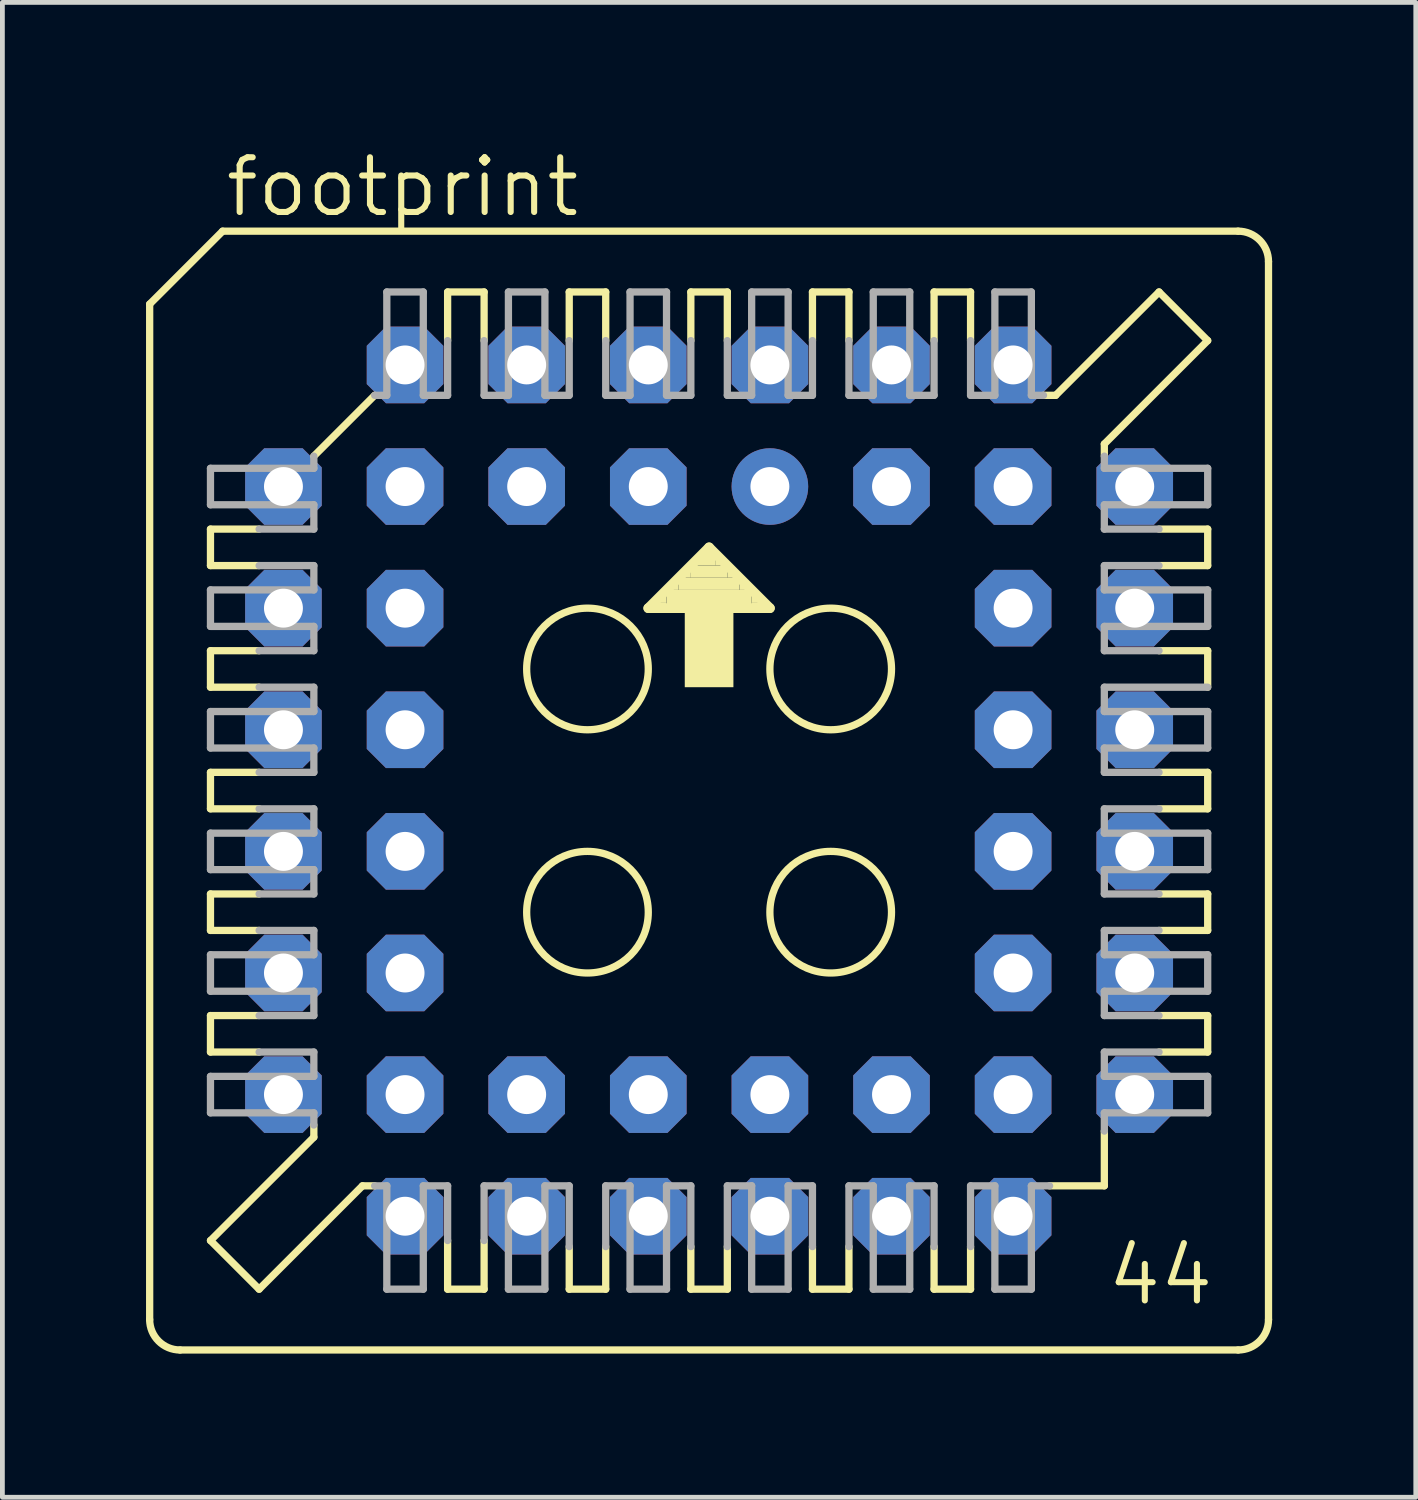
<source format=kicad_pcb>
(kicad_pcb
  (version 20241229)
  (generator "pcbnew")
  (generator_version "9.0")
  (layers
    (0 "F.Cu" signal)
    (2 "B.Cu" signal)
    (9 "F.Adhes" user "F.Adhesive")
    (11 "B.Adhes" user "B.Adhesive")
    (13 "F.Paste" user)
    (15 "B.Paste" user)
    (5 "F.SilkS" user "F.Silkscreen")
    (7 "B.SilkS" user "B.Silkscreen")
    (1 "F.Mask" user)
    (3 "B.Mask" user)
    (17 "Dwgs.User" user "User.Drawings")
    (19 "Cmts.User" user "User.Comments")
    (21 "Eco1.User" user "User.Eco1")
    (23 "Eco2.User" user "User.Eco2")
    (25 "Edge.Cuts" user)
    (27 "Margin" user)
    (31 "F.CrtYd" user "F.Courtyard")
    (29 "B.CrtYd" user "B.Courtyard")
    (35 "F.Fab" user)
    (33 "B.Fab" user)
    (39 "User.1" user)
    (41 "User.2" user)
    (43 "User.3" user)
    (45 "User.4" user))
  (footprint "footprint"
    (layer "F.Cu")
    (at 11.76 13.462)
    (property "Reference" "footprint" (at -10.16 -11.938 0) (layer "F.SilkS") (effects (font (size 1.143 1.143) (thickness 0.127)) (justify left bottom)))
    (fp_line (start -11.684 -10.16) (end -11.684 11.049) (stroke (width 0.152) (type solid)) (layer "F.SilkS"))
    (fp_line (start -10.414 -5.461) (end -10.414 -4.699) (stroke (width 0.152) (type solid)) (layer "F.SilkS"))
    (fp_line (start -10.414 -5.461) (end -9.398 -5.461) (stroke (width 0.152) (type solid)) (layer "F.SilkS"))
    (fp_line (start -10.414 -2.921) (end -10.414 -2.159) (stroke (width 0.152) (type solid)) (layer "F.SilkS"))
    (fp_line (start -10.414 -2.921) (end -9.398 -2.921) (stroke (width 0.152) (type solid)) (layer "F.SilkS"))
    (fp_line (start -10.414 0.381) (end -10.414 -0.381) (stroke (width 0.152) (type solid)) (layer "F.SilkS"))
    (fp_line (start -10.414 0.381) (end -9.398 0.381) (stroke (width 0.152) (type solid)) (layer "F.SilkS"))
    (fp_line (start -10.414 2.921) (end -10.414 2.159) (stroke (width 0.152) (type solid)) (layer "F.SilkS"))
    (fp_line (start -10.414 2.921) (end -9.398 2.921) (stroke (width 0.152) (type solid)) (layer "F.SilkS"))
    (fp_line (start -10.414 5.461) (end -10.414 4.699) (stroke (width 0.152) (type solid)) (layer "F.SilkS"))
    (fp_line (start -10.414 5.461) (end -9.398 5.461) (stroke (width 0.152) (type solid)) (layer "F.SilkS"))
    (fp_line (start -10.414 9.398) (end -8.255 7.239) (stroke (width 0.152) (type solid)) (layer "F.SilkS"))
    (fp_line (start -10.16 -11.684) (end -11.684 -10.16) (stroke (width 0.152) (type solid)) (layer "F.SilkS"))
    (fp_line (start -9.398 -4.699) (end -10.414 -4.699) (stroke (width 0.152) (type solid)) (layer "F.SilkS"))
    (fp_line (start -9.398 -2.159) (end -10.414 -2.159) (stroke (width 0.152) (type solid)) (layer "F.SilkS"))
    (fp_line (start -9.398 -0.381) (end -10.414 -0.381) (stroke (width 0.152) (type solid)) (layer "F.SilkS"))
    (fp_line (start -9.398 2.159) (end -10.414 2.159) (stroke (width 0.152) (type solid)) (layer "F.SilkS"))
    (fp_line (start -9.398 4.699) (end -10.414 4.699) (stroke (width 0.152) (type solid)) (layer "F.SilkS"))
    (fp_line (start -9.398 10.414) (end -10.414 9.398) (stroke (width 0.152) (type solid)) (layer "F.SilkS"))
    (fp_line (start -9.398 10.414) (end -7.239 8.255) (stroke (width 0.152) (type solid)) (layer "F.SilkS"))
    (fp_line (start -8.255 -6.985) (end -6.985 -8.255) (stroke (width 0.152) (type solid)) (layer "F.SilkS"))
    (fp_line (start -8.255 7.239) (end -8.255 6.985) (stroke (width 0.152) (type solid)) (layer "F.SilkS"))
    (fp_line (start -7.239 8.255) (end -6.985 8.255) (stroke (width 0.152) (type solid)) (layer "F.SilkS"))
    (fp_line (start -5.461 -9.398) (end -5.461 -10.414) (stroke (width 0.152) (type solid)) (layer "F.SilkS"))
    (fp_line (start -5.461 9.398) (end -5.461 10.414) (stroke (width 0.152) (type solid)) (layer "F.SilkS"))
    (fp_line (start -5.461 10.414) (end -4.699 10.414) (stroke (width 0.152) (type solid)) (layer "F.SilkS"))
    (fp_line (start -4.699 -10.414) (end -5.461 -10.414) (stroke (width 0.152) (type solid)) (layer "F.SilkS"))
    (fp_line (start -4.699 -10.414) (end -4.699 -9.398) (stroke (width 0.152) (type solid)) (layer "F.SilkS"))
    (fp_line (start -4.699 10.414) (end -4.699 9.398) (stroke (width 0.152) (type solid)) (layer "F.SilkS"))
    (fp_line (start -2.921 -9.398) (end -2.921 -10.414) (stroke (width 0.152) (type solid)) (layer "F.SilkS"))
    (fp_line (start -2.921 9.525) (end -2.921 10.414) (stroke (width 0.152) (type solid)) (layer "F.SilkS"))
    (fp_line (start -2.921 10.414) (end -2.159 10.414) (stroke (width 0.152) (type solid)) (layer "F.SilkS"))
    (fp_line (start -2.159 -10.414) (end -2.921 -10.414) (stroke (width 0.152) (type solid)) (layer "F.SilkS"))
    (fp_line (start -2.159 -10.414) (end -2.159 -9.398) (stroke (width 0.152) (type solid)) (layer "F.SilkS"))
    (fp_line (start -2.159 10.414) (end -2.159 9.525) (stroke (width 0.152) (type solid)) (layer "F.SilkS"))
    (fp_line (start -1.27 -3.81) (end 1.27 -3.81) (stroke (width 0.203) (type solid)) (layer "F.SilkS"))
    (fp_line (start -0.381 -9.398) (end -0.381 -10.414) (stroke (width 0.152) (type solid)) (layer "F.SilkS"))
    (fp_line (start -0.381 9.525) (end -0.381 10.414) (stroke (width 0.152) (type solid)) (layer "F.SilkS"))
    (fp_line (start -0.381 10.414) (end 0.381 10.414) (stroke (width 0.152) (type solid)) (layer "F.SilkS"))
    (fp_line (start 0 -5.08) (end -1.27 -3.81) (stroke (width 0.203) (type solid)) (layer "F.SilkS"))
    (fp_line (start 0.381 -10.414) (end -0.381 -10.414) (stroke (width 0.152) (type solid)) (layer "F.SilkS"))
    (fp_line (start 0.381 -10.414) (end 0.381 -9.398) (stroke (width 0.152) (type solid)) (layer "F.SilkS"))
    (fp_line (start 0.381 10.414) (end 0.381 9.525) (stroke (width 0.152) (type solid)) (layer "F.SilkS"))
    (fp_line (start 1.27 -3.81) (end 0 -5.08) (stroke (width 0.203) (type solid)) (layer "F.SilkS"))
    (fp_line (start 2.159 -9.398) (end 2.159 -10.414) (stroke (width 0.152) (type solid)) (layer "F.SilkS"))
    (fp_line (start 2.159 9.525) (end 2.159 10.414) (stroke (width 0.152) (type solid)) (layer "F.SilkS"))
    (fp_line (start 2.159 10.414) (end 2.921 10.414) (stroke (width 0.152) (type solid)) (layer "F.SilkS"))
    (fp_line (start 2.921 -10.414) (end 2.159 -10.414) (stroke (width 0.152) (type solid)) (layer "F.SilkS"))
    (fp_line (start 2.921 -10.414) (end 2.921 -9.398) (stroke (width 0.152) (type solid)) (layer "F.SilkS"))
    (fp_line (start 2.921 10.414) (end 2.921 9.525) (stroke (width 0.152) (type solid)) (layer "F.SilkS"))
    (fp_line (start 4.699 -9.398) (end 4.699 -10.414) (stroke (width 0.152) (type solid)) (layer "F.SilkS"))
    (fp_line (start 4.699 9.525) (end 4.699 10.414) (stroke (width 0.152) (type solid)) (layer "F.SilkS"))
    (fp_line (start 4.699 10.414) (end 5.461 10.414) (stroke (width 0.152) (type solid)) (layer "F.SilkS"))
    (fp_line (start 5.461 -10.414) (end 4.699 -10.414) (stroke (width 0.152) (type solid)) (layer "F.SilkS"))
    (fp_line (start 5.461 -10.414) (end 5.461 -9.398) (stroke (width 0.152) (type solid)) (layer "F.SilkS"))
    (fp_line (start 5.461 10.414) (end 5.461 9.525) (stroke (width 0.152) (type solid)) (layer "F.SilkS"))
    (fp_line (start 7.112 8.255) (end 8.255 8.255) (stroke (width 0.152) (type solid)) (layer "F.SilkS"))
    (fp_line (start 7.239 -8.255) (end 6.985 -8.255) (stroke (width 0.152) (type solid)) (layer "F.SilkS"))
    (fp_line (start 8.255 -7.239) (end 8.255 -6.985) (stroke (width 0.152) (type solid)) (layer "F.SilkS"))
    (fp_line (start 8.255 8.255) (end 8.255 7.112) (stroke (width 0.152) (type solid)) (layer "F.SilkS"))
    (fp_line (start 9.398 -10.414) (end 7.239 -8.255) (stroke (width 0.152) (type solid)) (layer "F.SilkS"))
    (fp_line (start 9.398 -4.699) (end 10.414 -4.699) (stroke (width 0.152) (type solid)) (layer "F.SilkS"))
    (fp_line (start 9.398 0.381) (end 10.414 0.381) (stroke (width 0.152) (type solid)) (layer "F.SilkS"))
    (fp_line (start 9.398 2.159) (end 10.414 2.159) (stroke (width 0.152) (type solid)) (layer "F.SilkS"))
    (fp_line (start 9.398 4.699) (end 10.414 4.699) (stroke (width 0.152) (type solid)) (layer "F.SilkS"))
    (fp_line (start 10.414 -9.398) (end 8.255 -7.239) (stroke (width 0.152) (type solid)) (layer "F.SilkS"))
    (fp_line (start 10.414 -9.398) (end 9.398 -10.414) (stroke (width 0.152) (type solid)) (layer "F.SilkS"))
    (fp_line (start 10.414 -5.461) (end 9.398 -5.461) (stroke (width 0.152) (type solid)) (layer "F.SilkS"))
    (fp_line (start 10.414 -5.461) (end 10.414 -4.699) (stroke (width 0.152) (type solid)) (layer "F.SilkS"))
    (fp_line (start 10.414 -2.921) (end 9.398 -2.921) (stroke (width 0.152) (type solid)) (layer "F.SilkS"))
    (fp_line (start 10.414 -2.921) (end 10.414 -2.159) (stroke (width 0.152) (type solid)) (layer "F.SilkS"))
    (fp_line (start 10.414 -0.381) (end 9.398 -0.381) (stroke (width 0.152) (type solid)) (layer "F.SilkS"))
    (fp_line (start 10.414 -0.381) (end 10.414 0.381) (stroke (width 0.152) (type solid)) (layer "F.SilkS"))
    (fp_line (start 10.414 2.921) (end 9.398 2.921) (stroke (width 0.152) (type solid)) (layer "F.SilkS"))
    (fp_line (start 10.414 2.921) (end 10.414 2.159) (stroke (width 0.152) (type solid)) (layer "F.SilkS"))
    (fp_line (start 10.414 5.461) (end 9.398 5.461) (stroke (width 0.152) (type solid)) (layer "F.SilkS"))
    (fp_line (start 10.414 5.461) (end 10.414 4.699) (stroke (width 0.152) (type solid)) (layer "F.SilkS"))
    (fp_line (start 11.049 -11.684) (end -10.16 -11.684) (stroke (width 0.152) (type solid)) (layer "F.SilkS"))
    (fp_line (start 11.049 11.684) (end -11.049 11.684) (stroke (width 0.152) (type solid)) (layer "F.SilkS"))
    (fp_line (start 11.684 -11.049) (end 11.684 11.049) (stroke (width 0.152) (type solid)) (layer "F.SilkS"))
    (fp_arc (start -11.049 11.684) (mid -11.498013 11.498013) (end -11.684 11.049) (stroke (width 0.1524) (type solid)) (layer "F.SilkS"))
    (fp_arc (start 11.049 -11.684) (mid 11.498013 -11.498013) (end 11.684 -11.049) (stroke (width 0.1524) (type solid)) (layer "F.SilkS"))
    (fp_arc (start 11.684 11.049) (mid 11.498013 11.498013) (end 11.049 11.684) (stroke (width 0.1524) (type solid)) (layer "F.SilkS"))
    (fp_circle (center -2.54 -2.54) (end -1.27 -2.54) (stroke (width 0.152) (type solid)) (fill no) (layer "F.SilkS"))
    (fp_circle (center -2.54 2.54) (end -1.27 2.54) (stroke (width 0.152) (type solid)) (fill no) (layer "F.SilkS"))
    (fp_circle (center 2.54 -2.54) (end 3.81 -2.54) (stroke (width 0.152) (type solid)) (fill no) (layer "F.SilkS"))
    (fp_circle (center 2.54 2.54) (end 3.81 2.54) (stroke (width 0.152) (type solid)) (fill no) (layer "F.SilkS"))
    (fp_poly (pts (xy -1.143 -3.81) (xy -0.889 -3.81) (xy -0.889 -3.937) (xy -1.143 -3.937)) (stroke (width 0) (type solid)) (fill yes) (layer "F.SilkS"))
    (fp_poly (pts (xy -1.016 -3.937) (xy -0.889 -3.937) (xy -0.889 -4.064) (xy -1.016 -4.064)) (stroke (width 0) (type solid)) (fill yes) (layer "F.SilkS"))
    (fp_poly (pts (xy -0.889 -3.81) (xy 0.889 -3.81) (xy 0.889 -4.191) (xy -0.889 -4.191)) (stroke (width 0) (type solid)) (fill yes) (layer "F.SilkS"))
    (fp_poly (pts (xy -0.762 -4.191) (xy -0.635 -4.191) (xy -0.635 -4.318) (xy -0.762 -4.318)) (stroke (width 0) (type solid)) (fill yes) (layer "F.SilkS"))
    (fp_poly (pts (xy -0.635 -4.191) (xy 0.635 -4.191) (xy 0.635 -4.445) (xy -0.635 -4.445)) (stroke (width 0) (type solid)) (fill yes) (layer "F.SilkS"))
    (fp_poly (pts (xy -0.508 -4.445) (xy -0.381 -4.445) (xy -0.381 -4.572) (xy -0.508 -4.572)) (stroke (width 0) (type solid)) (fill yes) (layer "F.SilkS"))
    (fp_poly (pts (xy -0.508 -2.159) (xy 0.508 -2.159) (xy 0.508 -4.064) (xy -0.508 -4.064)) (stroke (width 0) (type solid)) (fill yes) (layer "F.SilkS"))
    (fp_poly (pts (xy -0.381 -4.445) (xy 0.381 -4.445) (xy 0.381 -4.699) (xy -0.381 -4.699)) (stroke (width 0) (type solid)) (fill yes) (layer "F.SilkS"))
    (fp_poly (pts (xy -0.254 -4.699) (xy -0.127 -4.699) (xy -0.127 -4.826) (xy -0.254 -4.826)) (stroke (width 0) (type solid)) (fill yes) (layer "F.SilkS"))
    (fp_poly (pts (xy -0.127 -4.699) (xy 0.127 -4.699) (xy 0.127 -4.953) (xy -0.127 -4.953)) (stroke (width 0) (type solid)) (fill yes) (layer "F.SilkS"))
    (fp_poly (pts (xy 0.127 -4.699) (xy 0.254 -4.699) (xy 0.254 -4.826) (xy 0.127 -4.826)) (stroke (width 0) (type solid)) (fill yes) (layer "F.SilkS"))
    (fp_poly (pts (xy 0.381 -4.445) (xy 0.508 -4.445) (xy 0.508 -4.572) (xy 0.381 -4.572)) (stroke (width 0) (type solid)) (fill yes) (layer "F.SilkS"))
    (fp_poly (pts (xy 0.635 -4.191) (xy 0.762 -4.191) (xy 0.762 -4.318) (xy 0.635 -4.318)) (stroke (width 0) (type solid)) (fill yes) (layer "F.SilkS"))
    (fp_poly (pts (xy 0.889 -3.937) (xy 1.016 -3.937) (xy 1.016 -4.064) (xy 0.889 -4.064)) (stroke (width 0) (type solid)) (fill yes) (layer "F.SilkS"))
    (fp_poly (pts (xy 0.889 -3.81) (xy 1.143 -3.81) (xy 1.143 -3.937) (xy 0.889 -3.937)) (stroke (width 0) (type solid)) (fill yes) (layer "F.SilkS"))
    (fp_line (start -10.414 -6.731) (end -10.414 -5.969) (stroke (width 0.152) (type solid)) (layer "F.Fab"))
    (fp_line (start -10.414 -6.731) (end -8.255 -6.731) (stroke (width 0.152) (type solid)) (layer "F.Fab"))
    (fp_line (start -10.414 -4.191) (end -10.414 -3.429) (stroke (width 0.152) (type solid)) (layer "F.Fab"))
    (fp_line (start -10.414 -4.191) (end -8.255 -4.191) (stroke (width 0.152) (type solid)) (layer "F.Fab"))
    (fp_line (start -10.414 -0.889) (end -10.414 -1.651) (stroke (width 0.152) (type solid)) (layer "F.Fab"))
    (fp_line (start -10.414 -0.889) (end -8.255 -0.889) (stroke (width 0.152) (type solid)) (layer "F.Fab"))
    (fp_line (start -10.414 1.651) (end -10.414 0.889) (stroke (width 0.152) (type solid)) (layer "F.Fab"))
    (fp_line (start -10.414 1.651) (end -8.255 1.651) (stroke (width 0.152) (type solid)) (layer "F.Fab"))
    (fp_line (start -10.414 4.191) (end -10.414 3.429) (stroke (width 0.152) (type solid)) (layer "F.Fab"))
    (fp_line (start -10.414 4.191) (end -8.255 4.191) (stroke (width 0.152) (type solid)) (layer "F.Fab"))
    (fp_line (start -10.414 6.731) (end -10.414 5.969) (stroke (width 0.152) (type solid)) (layer "F.Fab"))
    (fp_line (start -10.414 6.731) (end -8.255 6.731) (stroke (width 0.152) (type solid)) (layer "F.Fab"))
    (fp_line (start -9.398 -4.699) (end -8.255 -4.699) (stroke (width 0.152) (type solid)) (layer "F.Fab"))
    (fp_line (start -9.398 -2.159) (end -8.255 -2.159) (stroke (width 0.152) (type solid)) (layer "F.Fab"))
    (fp_line (start -9.398 -0.381) (end -8.255 -0.381) (stroke (width 0.152) (type solid)) (layer "F.Fab"))
    (fp_line (start -9.398 2.159) (end -8.255 2.159) (stroke (width 0.152) (type solid)) (layer "F.Fab"))
    (fp_line (start -9.398 4.699) (end -8.255 4.699) (stroke (width 0.152) (type solid)) (layer "F.Fab"))
    (fp_line (start -8.255 -6.731) (end -8.255 -6.985) (stroke (width 0.152) (type solid)) (layer "F.Fab"))
    (fp_line (start -8.255 -5.969) (end -10.414 -5.969) (stroke (width 0.152) (type solid)) (layer "F.Fab"))
    (fp_line (start -8.255 -5.969) (end -8.255 -5.461) (stroke (width 0.152) (type solid)) (layer "F.Fab"))
    (fp_line (start -8.255 -5.461) (end -9.398 -5.461) (stroke (width 0.152) (type solid)) (layer "F.Fab"))
    (fp_line (start -8.255 -4.699) (end -8.255 -4.191) (stroke (width 0.152) (type solid)) (layer "F.Fab"))
    (fp_line (start -8.255 -3.429) (end -10.414 -3.429) (stroke (width 0.152) (type solid)) (layer "F.Fab"))
    (fp_line (start -8.255 -3.429) (end -8.255 -2.921) (stroke (width 0.152) (type solid)) (layer "F.Fab"))
    (fp_line (start -8.255 -2.921) (end -9.398 -2.921) (stroke (width 0.152) (type solid)) (layer "F.Fab"))
    (fp_line (start -8.255 -2.159) (end -8.255 -1.651) (stroke (width 0.152) (type solid)) (layer "F.Fab"))
    (fp_line (start -8.255 -1.651) (end -10.414 -1.651) (stroke (width 0.152) (type solid)) (layer "F.Fab"))
    (fp_line (start -8.255 -0.381) (end -8.255 -0.889) (stroke (width 0.152) (type solid)) (layer "F.Fab"))
    (fp_line (start -8.255 0.381) (end -9.398 0.381) (stroke (width 0.152) (type solid)) (layer "F.Fab"))
    (fp_line (start -8.255 0.889) (end -10.414 0.889) (stroke (width 0.152) (type solid)) (layer "F.Fab"))
    (fp_line (start -8.255 0.889) (end -8.255 0.381) (stroke (width 0.152) (type solid)) (layer "F.Fab"))
    (fp_line (start -8.255 2.159) (end -8.255 1.651) (stroke (width 0.152) (type solid)) (layer "F.Fab"))
    (fp_line (start -8.255 2.921) (end -9.398 2.921) (stroke (width 0.152) (type solid)) (layer "F.Fab"))
    (fp_line (start -8.255 3.429) (end -10.414 3.429) (stroke (width 0.152) (type solid)) (layer "F.Fab"))
    (fp_line (start -8.255 3.429) (end -8.255 2.921) (stroke (width 0.152) (type solid)) (layer "F.Fab"))
    (fp_line (start -8.255 4.699) (end -8.255 4.191) (stroke (width 0.152) (type solid)) (layer "F.Fab"))
    (fp_line (start -8.255 5.461) (end -9.398 5.461) (stroke (width 0.152) (type solid)) (layer "F.Fab"))
    (fp_line (start -8.255 5.969) (end -10.414 5.969) (stroke (width 0.152) (type solid)) (layer "F.Fab"))
    (fp_line (start -8.255 5.969) (end -8.255 5.461) (stroke (width 0.152) (type solid)) (layer "F.Fab"))
    (fp_line (start -8.255 6.985) (end -8.255 6.731) (stroke (width 0.152) (type solid)) (layer "F.Fab"))
    (fp_line (start -6.985 -8.255) (end -6.731 -8.255) (stroke (width 0.152) (type solid)) (layer "F.Fab"))
    (fp_line (start -6.731 -8.255) (end -6.731 -10.414) (stroke (width 0.152) (type solid)) (layer "F.Fab"))
    (fp_line (start -6.731 8.255) (end -6.985 8.255) (stroke (width 0.152) (type solid)) (layer "F.Fab"))
    (fp_line (start -6.731 10.414) (end -6.731 8.255) (stroke (width 0.152) (type solid)) (layer "F.Fab"))
    (fp_line (start -6.731 10.414) (end -5.969 10.414) (stroke (width 0.152) (type solid)) (layer "F.Fab"))
    (fp_line (start -5.969 -10.414) (end -6.731 -10.414) (stroke (width 0.152) (type solid)) (layer "F.Fab"))
    (fp_line (start -5.969 -10.414) (end -5.969 -8.255) (stroke (width 0.152) (type solid)) (layer "F.Fab"))
    (fp_line (start -5.969 8.255) (end -5.969 10.414) (stroke (width 0.152) (type solid)) (layer "F.Fab"))
    (fp_line (start -5.461 -9.398) (end -5.461 -8.255) (stroke (width 0.152) (type solid)) (layer "F.Fab"))
    (fp_line (start -5.461 -8.255) (end -5.969 -8.255) (stroke (width 0.152) (type solid)) (layer "F.Fab"))
    (fp_line (start -5.461 8.255) (end -5.969 8.255) (stroke (width 0.152) (type solid)) (layer "F.Fab"))
    (fp_line (start -5.461 9.398) (end -5.461 8.255) (stroke (width 0.152) (type solid)) (layer "F.Fab"))
    (fp_line (start -4.699 -8.255) (end -4.699 -9.398) (stroke (width 0.152) (type solid)) (layer "F.Fab"))
    (fp_line (start -4.699 8.255) (end -4.699 9.398) (stroke (width 0.152) (type solid)) (layer "F.Fab"))
    (fp_line (start -4.699 8.255) (end -4.191 8.255) (stroke (width 0.152) (type solid)) (layer "F.Fab"))
    (fp_line (start -4.191 -8.255) (end -4.699 -8.255) (stroke (width 0.152) (type solid)) (layer "F.Fab"))
    (fp_line (start -4.191 -8.255) (end -4.191 -10.414) (stroke (width 0.152) (type solid)) (layer "F.Fab"))
    (fp_line (start -4.191 10.414) (end -4.191 8.255) (stroke (width 0.152) (type solid)) (layer "F.Fab"))
    (fp_line (start -4.191 10.414) (end -3.429 10.414) (stroke (width 0.152) (type solid)) (layer "F.Fab"))
    (fp_line (start -3.429 -10.414) (end -4.191 -10.414) (stroke (width 0.152) (type solid)) (layer "F.Fab"))
    (fp_line (start -3.429 -10.414) (end -3.429 -8.255) (stroke (width 0.152) (type solid)) (layer "F.Fab"))
    (fp_line (start -3.429 8.255) (end -3.429 10.414) (stroke (width 0.152) (type solid)) (layer "F.Fab"))
    (fp_line (start -3.429 8.255) (end -2.921 8.255) (stroke (width 0.152) (type solid)) (layer "F.Fab"))
    (fp_line (start -2.921 -9.398) (end -2.921 -8.255) (stroke (width 0.152) (type solid)) (layer "F.Fab"))
    (fp_line (start -2.921 -8.255) (end -3.429 -8.255) (stroke (width 0.152) (type solid)) (layer "F.Fab"))
    (fp_line (start -2.921 9.525) (end -2.921 8.255) (stroke (width 0.152) (type solid)) (layer "F.Fab"))
    (fp_line (start -2.159 -8.255) (end -2.159 -9.398) (stroke (width 0.152) (type solid)) (layer "F.Fab"))
    (fp_line (start -2.159 8.255) (end -2.159 9.525) (stroke (width 0.152) (type solid)) (layer "F.Fab"))
    (fp_line (start -2.159 8.255) (end -1.651 8.255) (stroke (width 0.152) (type solid)) (layer "F.Fab"))
    (fp_line (start -1.651 -8.255) (end -2.159 -8.255) (stroke (width 0.152) (type solid)) (layer "F.Fab"))
    (fp_line (start -1.651 -8.255) (end -1.651 -10.414) (stroke (width 0.152) (type solid)) (layer "F.Fab"))
    (fp_line (start -1.651 10.414) (end -1.651 8.255) (stroke (width 0.152) (type solid)) (layer "F.Fab"))
    (fp_line (start -1.651 10.414) (end -0.889 10.414) (stroke (width 0.152) (type solid)) (layer "F.Fab"))
    (fp_line (start -0.889 -10.414) (end -1.651 -10.414) (stroke (width 0.152) (type solid)) (layer "F.Fab"))
    (fp_line (start -0.889 -10.414) (end -0.889 -8.255) (stroke (width 0.152) (type solid)) (layer "F.Fab"))
    (fp_line (start -0.889 8.255) (end -0.889 10.414) (stroke (width 0.152) (type solid)) (layer "F.Fab"))
    (fp_line (start -0.889 8.255) (end -0.381 8.255) (stroke (width 0.152) (type solid)) (layer "F.Fab"))
    (fp_line (start -0.381 -9.398) (end -0.381 -8.255) (stroke (width 0.152) (type solid)) (layer "F.Fab"))
    (fp_line (start -0.381 -8.255) (end -0.889 -8.255) (stroke (width 0.152) (type solid)) (layer "F.Fab"))
    (fp_line (start -0.381 9.525) (end -0.381 8.255) (stroke (width 0.152) (type solid)) (layer "F.Fab"))
    (fp_line (start 0.381 -8.255) (end 0.381 -9.398) (stroke (width 0.152) (type solid)) (layer "F.Fab"))
    (fp_line (start 0.381 8.255) (end 0.381 9.525) (stroke (width 0.152) (type solid)) (layer "F.Fab"))
    (fp_line (start 0.381 8.255) (end 0.889 8.255) (stroke (width 0.152) (type solid)) (layer "F.Fab"))
    (fp_line (start 0.889 -8.255) (end 0.381 -8.255) (stroke (width 0.152) (type solid)) (layer "F.Fab"))
    (fp_line (start 0.889 -8.255) (end 0.889 -10.414) (stroke (width 0.152) (type solid)) (layer "F.Fab"))
    (fp_line (start 0.889 10.414) (end 0.889 8.255) (stroke (width 0.152) (type solid)) (layer "F.Fab"))
    (fp_line (start 0.889 10.414) (end 1.651 10.414) (stroke (width 0.152) (type solid)) (layer "F.Fab"))
    (fp_line (start 1.651 -10.414) (end 0.889 -10.414) (stroke (width 0.152) (type solid)) (layer "F.Fab"))
    (fp_line (start 1.651 -10.414) (end 1.651 -8.255) (stroke (width 0.152) (type solid)) (layer "F.Fab"))
    (fp_line (start 1.651 8.255) (end 1.651 10.414) (stroke (width 0.152) (type solid)) (layer "F.Fab"))
    (fp_line (start 1.651 8.255) (end 2.159 8.255) (stroke (width 0.152) (type solid)) (layer "F.Fab"))
    (fp_line (start 2.159 -9.398) (end 2.159 -8.255) (stroke (width 0.152) (type solid)) (layer "F.Fab"))
    (fp_line (start 2.159 -8.255) (end 1.651 -8.255) (stroke (width 0.152) (type solid)) (layer "F.Fab"))
    (fp_line (start 2.159 9.525) (end 2.159 8.255) (stroke (width 0.152) (type solid)) (layer "F.Fab"))
    (fp_line (start 2.921 -8.255) (end 2.921 -9.398) (stroke (width 0.152) (type solid)) (layer "F.Fab"))
    (fp_line (start 2.921 8.255) (end 2.921 9.525) (stroke (width 0.152) (type solid)) (layer "F.Fab"))
    (fp_line (start 2.921 8.255) (end 3.429 8.255) (stroke (width 0.152) (type solid)) (layer "F.Fab"))
    (fp_line (start 3.429 -8.255) (end 2.921 -8.255) (stroke (width 0.152) (type solid)) (layer "F.Fab"))
    (fp_line (start 3.429 -8.255) (end 3.429 -10.414) (stroke (width 0.152) (type solid)) (layer "F.Fab"))
    (fp_line (start 3.429 10.414) (end 3.429 8.255) (stroke (width 0.152) (type solid)) (layer "F.Fab"))
    (fp_line (start 3.429 10.414) (end 4.191 10.414) (stroke (width 0.152) (type solid)) (layer "F.Fab"))
    (fp_line (start 4.191 -10.414) (end 3.429 -10.414) (stroke (width 0.152) (type solid)) (layer "F.Fab"))
    (fp_line (start 4.191 -10.414) (end 4.191 -8.255) (stroke (width 0.152) (type solid)) (layer "F.Fab"))
    (fp_line (start 4.191 8.255) (end 4.191 10.414) (stroke (width 0.152) (type solid)) (layer "F.Fab"))
    (fp_line (start 4.191 8.255) (end 4.699 8.255) (stroke (width 0.152) (type solid)) (layer "F.Fab"))
    (fp_line (start 4.699 -9.398) (end 4.699 -8.255) (stroke (width 0.152) (type solid)) (layer "F.Fab"))
    (fp_line (start 4.699 -8.255) (end 4.191 -8.255) (stroke (width 0.152) (type solid)) (layer "F.Fab"))
    (fp_line (start 4.699 9.525) (end 4.699 8.255) (stroke (width 0.152) (type solid)) (layer "F.Fab"))
    (fp_line (start 5.461 -8.255) (end 5.461 -9.398) (stroke (width 0.152) (type solid)) (layer "F.Fab"))
    (fp_line (start 5.461 8.255) (end 5.461 9.525) (stroke (width 0.152) (type solid)) (layer "F.Fab"))
    (fp_line (start 5.461 8.255) (end 5.969 8.255) (stroke (width 0.152) (type solid)) (layer "F.Fab"))
    (fp_line (start 5.969 -8.255) (end 5.461 -8.255) (stroke (width 0.152) (type solid)) (layer "F.Fab"))
    (fp_line (start 5.969 -8.255) (end 5.969 -10.414) (stroke (width 0.152) (type solid)) (layer "F.Fab"))
    (fp_line (start 5.969 10.414) (end 5.969 8.255) (stroke (width 0.152) (type solid)) (layer "F.Fab"))
    (fp_line (start 5.969 10.414) (end 6.731 10.414) (stroke (width 0.152) (type solid)) (layer "F.Fab"))
    (fp_line (start 6.731 -10.414) (end 5.969 -10.414) (stroke (width 0.152) (type solid)) (layer "F.Fab"))
    (fp_line (start 6.731 -10.414) (end 6.731 -8.255) (stroke (width 0.152) (type solid)) (layer "F.Fab"))
    (fp_line (start 6.731 -8.255) (end 6.985 -8.255) (stroke (width 0.152) (type solid)) (layer "F.Fab"))
    (fp_line (start 6.731 8.255) (end 6.731 10.414) (stroke (width 0.152) (type solid)) (layer "F.Fab"))
    (fp_line (start 7.112 8.255) (end 6.731 8.255) (stroke (width 0.152) (type solid)) (layer "F.Fab"))
    (fp_line (start 8.255 -6.731) (end 8.255 -6.985) (stroke (width 0.152) (type solid)) (layer "F.Fab"))
    (fp_line (start 8.255 -5.969) (end 8.255 -5.461) (stroke (width 0.152) (type solid)) (layer "F.Fab"))
    (fp_line (start 8.255 -5.969) (end 10.414 -5.969) (stroke (width 0.152) (type solid)) (layer "F.Fab"))
    (fp_line (start 8.255 -5.461) (end 9.398 -5.461) (stroke (width 0.152) (type solid)) (layer "F.Fab"))
    (fp_line (start 8.255 -4.699) (end 8.255 -4.191) (stroke (width 0.152) (type solid)) (layer "F.Fab"))
    (fp_line (start 8.255 -3.429) (end 8.255 -2.921) (stroke (width 0.152) (type solid)) (layer "F.Fab"))
    (fp_line (start 8.255 -3.429) (end 10.414 -3.429) (stroke (width 0.152) (type solid)) (layer "F.Fab"))
    (fp_line (start 8.255 -2.921) (end 9.398 -2.921) (stroke (width 0.152) (type solid)) (layer "F.Fab"))
    (fp_line (start 8.255 -2.159) (end 8.255 -1.651) (stroke (width 0.152) (type solid)) (layer "F.Fab"))
    (fp_line (start 8.255 -2.159) (end 10.414 -2.159) (stroke (width 0.152) (type solid)) (layer "F.Fab"))
    (fp_line (start 8.255 -0.889) (end 8.255 -0.381) (stroke (width 0.152) (type solid)) (layer "F.Fab"))
    (fp_line (start 8.255 -0.889) (end 10.414 -0.889) (stroke (width 0.152) (type solid)) (layer "F.Fab"))
    (fp_line (start 8.255 -0.381) (end 9.398 -0.381) (stroke (width 0.152) (type solid)) (layer "F.Fab"))
    (fp_line (start 8.255 0.381) (end 8.255 0.889) (stroke (width 0.152) (type solid)) (layer "F.Fab"))
    (fp_line (start 8.255 1.651) (end 8.255 2.159) (stroke (width 0.152) (type solid)) (layer "F.Fab"))
    (fp_line (start 8.255 1.651) (end 10.414 1.651) (stroke (width 0.152) (type solid)) (layer "F.Fab"))
    (fp_line (start 8.255 2.159) (end 9.398 2.159) (stroke (width 0.152) (type solid)) (layer "F.Fab"))
    (fp_line (start 8.255 2.921) (end 9.398 2.921) (stroke (width 0.152) (type solid)) (layer "F.Fab"))
    (fp_line (start 8.255 3.429) (end 8.255 2.921) (stroke (width 0.152) (type solid)) (layer "F.Fab"))
    (fp_line (start 8.255 3.429) (end 10.414 3.429) (stroke (width 0.152) (type solid)) (layer "F.Fab"))
    (fp_line (start 8.255 4.699) (end 8.255 4.191) (stroke (width 0.152) (type solid)) (layer "F.Fab"))
    (fp_line (start 8.255 5.461) (end 9.398 5.461) (stroke (width 0.152) (type solid)) (layer "F.Fab"))
    (fp_line (start 8.255 5.969) (end 8.255 5.461) (stroke (width 0.152) (type solid)) (layer "F.Fab"))
    (fp_line (start 8.255 5.969) (end 10.414 5.969) (stroke (width 0.152) (type solid)) (layer "F.Fab"))
    (fp_line (start 8.255 6.731) (end 8.255 7.112) (stroke (width 0.152) (type solid)) (layer "F.Fab"))
    (fp_line (start 9.398 -4.699) (end 8.255 -4.699) (stroke (width 0.152) (type solid)) (layer "F.Fab"))
    (fp_line (start 9.398 0.381) (end 8.255 0.381) (stroke (width 0.152) (type solid)) (layer "F.Fab"))
    (fp_line (start 9.398 4.699) (end 8.255 4.699) (stroke (width 0.152) (type solid)) (layer "F.Fab"))
    (fp_line (start 10.414 -6.731) (end 8.255 -6.731) (stroke (width 0.152) (type solid)) (layer "F.Fab"))
    (fp_line (start 10.414 -6.731) (end 10.414 -5.969) (stroke (width 0.152) (type solid)) (layer "F.Fab"))
    (fp_line (start 10.414 -4.191) (end 8.255 -4.191) (stroke (width 0.152) (type solid)) (layer "F.Fab"))
    (fp_line (start 10.414 -4.191) (end 10.414 -3.429) (stroke (width 0.152) (type solid)) (layer "F.Fab"))
    (fp_line (start 10.414 -1.651) (end 8.255 -1.651) (stroke (width 0.152) (type solid)) (layer "F.Fab"))
    (fp_line (start 10.414 -1.651) (end 10.414 -0.889) (stroke (width 0.152) (type solid)) (layer "F.Fab"))
    (fp_line (start 10.414 0.889) (end 8.255 0.889) (stroke (width 0.152) (type solid)) (layer "F.Fab"))
    (fp_line (start 10.414 0.889) (end 10.414 1.651) (stroke (width 0.152) (type solid)) (layer "F.Fab"))
    (fp_line (start 10.414 4.191) (end 8.255 4.191) (stroke (width 0.152) (type solid)) (layer "F.Fab"))
    (fp_line (start 10.414 4.191) (end 10.414 3.429) (stroke (width 0.152) (type solid)) (layer "F.Fab"))
    (fp_line (start 10.414 6.731) (end 8.255 6.731) (stroke (width 0.152) (type solid)) (layer "F.Fab"))
    (fp_line (start 10.414 6.731) (end 10.414 5.969) (stroke (width 0.152) (type solid)) (layer "F.Fab"))
    (fp_text user "44" (at 8.255 10.795 0) (layer "F.SilkS") (effects (font (size 1.143 1.143) (thickness 0.127)) (justify left bottom)))
    (pad "1" thru_hole circle (at 1.27 -6.35) (size 1.6 1.6) (drill 0.813) (layers "*.Cu" "*.Mask"))
    (pad "2" thru_hole roundrect (at -1.27 -8.89) (size 1.6 1.6) (drill 0.813) (layers "*.Cu" "*.Mask") (roundrect_rratio 0.25) (chamfer_ratio 0.25) (chamfer top_left top_right bottom_left bottom_right))
    (pad "3" thru_hole roundrect (at -1.27 -6.35) (size 1.6 1.6) (drill 0.813) (layers "*.Cu" "*.Mask") (roundrect_rratio 0.25) (chamfer_ratio 0.25) (chamfer top_left top_right bottom_left bottom_right))
    (pad "4" thru_hole roundrect (at -3.81 -8.89) (size 1.6 1.6) (drill 0.813) (layers "*.Cu" "*.Mask") (roundrect_rratio 0.25) (chamfer_ratio 0.25) (chamfer top_left top_right bottom_left bottom_right))
    (pad "5" thru_hole roundrect (at -3.81 -6.35) (size 1.6 1.6) (drill 0.813) (layers "*.Cu" "*.Mask") (roundrect_rratio 0.25) (chamfer_ratio 0.25) (chamfer top_left top_right bottom_left bottom_right))
    (pad "6" thru_hole roundrect (at -6.35 -8.89) (size 1.6 1.6) (drill 0.813) (layers "*.Cu" "*.Mask") (roundrect_rratio 0.25) (chamfer_ratio 0.25) (chamfer top_left top_right bottom_left bottom_right))
    (pad "7" thru_hole roundrect (at -8.89 -6.35) (size 1.6 1.6) (drill 0.813) (layers "*.Cu" "*.Mask") (roundrect_rratio 0.25) (chamfer_ratio 0.25) (chamfer top_left top_right bottom_left bottom_right))
    (pad "8" thru_hole roundrect (at -6.35 -6.35) (size 1.6 1.6) (drill 0.813) (layers "*.Cu" "*.Mask") (roundrect_rratio 0.25) (chamfer_ratio 0.25) (chamfer top_left top_right bottom_left bottom_right))
    (pad "9" thru_hole roundrect (at -8.89 -3.81) (size 1.6 1.6) (drill 0.813) (layers "*.Cu" "*.Mask") (roundrect_rratio 0.25) (chamfer_ratio 0.25) (chamfer top_left top_right bottom_left bottom_right))
    (pad "10" thru_hole roundrect (at -6.35 -3.81) (size 1.6 1.6) (drill 0.813) (layers "*.Cu" "*.Mask") (roundrect_rratio 0.25) (chamfer_ratio 0.25) (chamfer top_left top_right bottom_left bottom_right))
    (pad "11" thru_hole roundrect (at -8.89 -1.27) (size 1.6 1.6) (drill 0.813) (layers "*.Cu" "*.Mask") (roundrect_rratio 0.25) (chamfer_ratio 0.25) (chamfer top_left top_right bottom_left bottom_right))
    (pad "12" thru_hole roundrect (at -6.35 -1.27) (size 1.6 1.6) (drill 0.813) (layers "*.Cu" "*.Mask") (roundrect_rratio 0.25) (chamfer_ratio 0.25) (chamfer top_left top_right bottom_left bottom_right))
    (pad "13" thru_hole roundrect (at -8.89 1.27) (size 1.6 1.6) (drill 0.813) (layers "*.Cu" "*.Mask") (roundrect_rratio 0.25) (chamfer_ratio 0.25) (chamfer top_left top_right bottom_left bottom_right))
    (pad "14" thru_hole roundrect (at -6.35 1.27) (size 1.6 1.6) (drill 0.813) (layers "*.Cu" "*.Mask") (roundrect_rratio 0.25) (chamfer_ratio 0.25) (chamfer top_left top_right bottom_left bottom_right))
    (pad "15" thru_hole roundrect (at -8.89 3.81) (size 1.6 1.6) (drill 0.813) (layers "*.Cu" "*.Mask") (roundrect_rratio 0.25) (chamfer_ratio 0.25) (chamfer top_left top_right bottom_left bottom_right))
    (pad "16" thru_hole roundrect (at -6.35 3.81) (size 1.6 1.6) (drill 0.813) (layers "*.Cu" "*.Mask") (roundrect_rratio 0.25) (chamfer_ratio 0.25) (chamfer top_left top_right bottom_left bottom_right))
    (pad "17" thru_hole roundrect (at -8.89 6.35) (size 1.6 1.6) (drill 0.813) (layers "*.Cu" "*.Mask") (roundrect_rratio 0.25) (chamfer_ratio 0.25) (chamfer top_left top_right bottom_left bottom_right))
    (pad "18" thru_hole roundrect (at -6.35 8.89) (size 1.6 1.6) (drill 0.813) (layers "*.Cu" "*.Mask") (roundrect_rratio 0.25) (chamfer_ratio 0.25) (chamfer top_left top_right bottom_left bottom_right))
    (pad "19" thru_hole roundrect (at -6.35 6.35) (size 1.6 1.6) (drill 0.813) (layers "*.Cu" "*.Mask") (roundrect_rratio 0.25) (chamfer_ratio 0.25) (chamfer top_left top_right bottom_left bottom_right))
    (pad "20" thru_hole roundrect (at -3.81 8.89) (size 1.6 1.6) (drill 0.813) (layers "*.Cu" "*.Mask") (roundrect_rratio 0.25) (chamfer_ratio 0.25) (chamfer top_left top_right bottom_left bottom_right))
    (pad "21" thru_hole roundrect (at -3.81 6.35) (size 1.6 1.6) (drill 0.813) (layers "*.Cu" "*.Mask") (roundrect_rratio 0.25) (chamfer_ratio 0.25) (chamfer top_left top_right bottom_left bottom_right))
    (pad "22" thru_hole roundrect (at -1.27 8.89) (size 1.6 1.6) (drill 0.813) (layers "*.Cu" "*.Mask") (roundrect_rratio 0.25) (chamfer_ratio 0.25) (chamfer top_left top_right bottom_left bottom_right))
    (pad "23" thru_hole roundrect (at -1.27 6.35) (size 1.6 1.6) (drill 0.813) (layers "*.Cu" "*.Mask") (roundrect_rratio 0.25) (chamfer_ratio 0.25) (chamfer top_left top_right bottom_left bottom_right))
    (pad "24" thru_hole roundrect (at 1.27 8.89) (size 1.6 1.6) (drill 0.813) (layers "*.Cu" "*.Mask") (roundrect_rratio 0.25) (chamfer_ratio 0.25) (chamfer top_left top_right bottom_left bottom_right))
    (pad "25" thru_hole roundrect (at 1.27 6.35) (size 1.6 1.6) (drill 0.813) (layers "*.Cu" "*.Mask") (roundrect_rratio 0.25) (chamfer_ratio 0.25) (chamfer top_left top_right bottom_left bottom_right))
    (pad "26" thru_hole roundrect (at 3.81 8.89) (size 1.6 1.6) (drill 0.813) (layers "*.Cu" "*.Mask") (roundrect_rratio 0.25) (chamfer_ratio 0.25) (chamfer top_left top_right bottom_left bottom_right))
    (pad "27" thru_hole roundrect (at 3.81 6.35) (size 1.6 1.6) (drill 0.813) (layers "*.Cu" "*.Mask") (roundrect_rratio 0.25) (chamfer_ratio 0.25) (chamfer top_left top_right bottom_left bottom_right))
    (pad "28" thru_hole roundrect (at 6.35 8.89) (size 1.6 1.6) (drill 0.813) (layers "*.Cu" "*.Mask") (roundrect_rratio 0.25) (chamfer_ratio 0.25) (chamfer top_left top_right bottom_left bottom_right))
    (pad "29" thru_hole roundrect (at 8.89 6.35) (size 1.6 1.6) (drill 0.813) (layers "*.Cu" "*.Mask") (roundrect_rratio 0.25) (chamfer_ratio 0.25) (chamfer top_left top_right bottom_left bottom_right))
    (pad "30" thru_hole roundrect (at 6.35 6.35) (size 1.6 1.6) (drill 0.813) (layers "*.Cu" "*.Mask") (roundrect_rratio 0.25) (chamfer_ratio 0.25) (chamfer top_left top_right bottom_left bottom_right))
    (pad "31" thru_hole roundrect (at 8.89 3.81) (size 1.6 1.6) (drill 0.813) (layers "*.Cu" "*.Mask") (roundrect_rratio 0.25) (chamfer_ratio 0.25) (chamfer top_left top_right bottom_left bottom_right))
    (pad "32" thru_hole roundrect (at 6.35 3.81) (size 1.6 1.6) (drill 0.813) (layers "*.Cu" "*.Mask") (roundrect_rratio 0.25) (chamfer_ratio 0.25) (chamfer top_left top_right bottom_left bottom_right))
    (pad "33" thru_hole roundrect (at 8.89 1.27) (size 1.6 1.6) (drill 0.813) (layers "*.Cu" "*.Mask") (roundrect_rratio 0.25) (chamfer_ratio 0.25) (chamfer top_left top_right bottom_left bottom_right))
    (pad "34" thru_hole roundrect (at 6.35 1.27) (size 1.6 1.6) (drill 0.813) (layers "*.Cu" "*.Mask") (roundrect_rratio 0.25) (chamfer_ratio 0.25) (chamfer top_left top_right bottom_left bottom_right))
    (pad "35" thru_hole roundrect (at 8.89 -1.27) (size 1.6 1.6) (drill 0.813) (layers "*.Cu" "*.Mask") (roundrect_rratio 0.25) (chamfer_ratio 0.25) (chamfer top_left top_right bottom_left bottom_right))
    (pad "36" thru_hole roundrect (at 6.35 -1.27) (size 1.6 1.6) (drill 0.813) (layers "*.Cu" "*.Mask") (roundrect_rratio 0.25) (chamfer_ratio 0.25) (chamfer top_left top_right bottom_left bottom_right))
    (pad "37" thru_hole roundrect (at 8.89 -3.81) (size 1.6 1.6) (drill 0.813) (layers "*.Cu" "*.Mask") (roundrect_rratio 0.25) (chamfer_ratio 0.25) (chamfer top_left top_right bottom_left bottom_right))
    (pad "38" thru_hole roundrect (at 6.35 -3.81) (size 1.6 1.6) (drill 0.813) (layers "*.Cu" "*.Mask") (roundrect_rratio 0.25) (chamfer_ratio 0.25) (chamfer top_left top_right bottom_left bottom_right))
    (pad "39" thru_hole roundrect (at 8.89 -6.35) (size 1.6 1.6) (drill 0.813) (layers "*.Cu" "*.Mask") (roundrect_rratio 0.25) (chamfer_ratio 0.25) (chamfer top_left top_right bottom_left bottom_right))
    (pad "40" thru_hole roundrect (at 6.35 -8.89) (size 1.6 1.6) (drill 0.813) (layers "*.Cu" "*.Mask") (roundrect_rratio 0.25) (chamfer_ratio 0.25) (chamfer top_left top_right bottom_left bottom_right))
    (pad "41" thru_hole roundrect (at 6.35 -6.35) (size 1.6 1.6) (drill 0.813) (layers "*.Cu" "*.Mask") (roundrect_rratio 0.25) (chamfer_ratio 0.25) (chamfer top_left top_right bottom_left bottom_right))
    (pad "42" thru_hole roundrect (at 3.81 -8.89) (size 1.6 1.6) (drill 0.813) (layers "*.Cu" "*.Mask") (roundrect_rratio 0.25) (chamfer_ratio 0.25) (chamfer top_left top_right bottom_left bottom_right))
    (pad "43" thru_hole roundrect (at 3.81 -6.35) (size 1.6 1.6) (drill 0.813) (layers "*.Cu" "*.Mask") (roundrect_rratio 0.25) (chamfer_ratio 0.25) (chamfer top_left top_right bottom_left bottom_right))
    (pad "44" thru_hole roundrect (at 1.27 -8.89) (size 1.6 1.6) (drill 0.813) (layers "*.Cu" "*.Mask") (roundrect_rratio 0.25) (chamfer_ratio 0.25) (chamfer top_left top_right bottom_left bottom_right)))
  (gr_rect
    (start -3 -3)
    (end 26.52 28.222)
    (stroke (width 0.1) (type default))
    (fill no)
    (layer "Edge.Cuts")))
</source>
